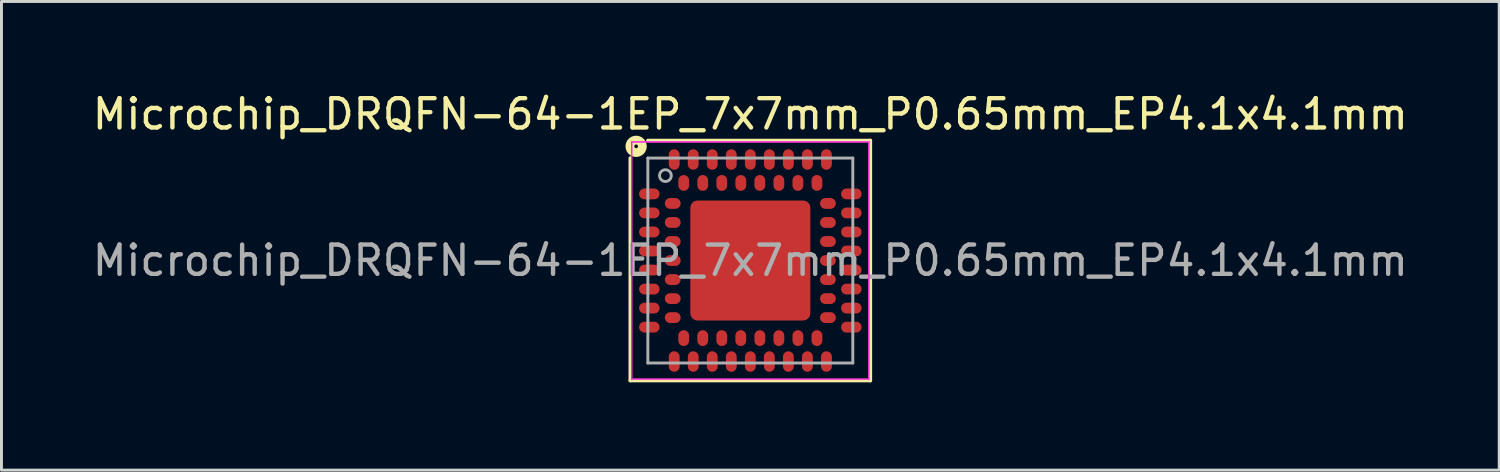
<source format=kicad_pcb>
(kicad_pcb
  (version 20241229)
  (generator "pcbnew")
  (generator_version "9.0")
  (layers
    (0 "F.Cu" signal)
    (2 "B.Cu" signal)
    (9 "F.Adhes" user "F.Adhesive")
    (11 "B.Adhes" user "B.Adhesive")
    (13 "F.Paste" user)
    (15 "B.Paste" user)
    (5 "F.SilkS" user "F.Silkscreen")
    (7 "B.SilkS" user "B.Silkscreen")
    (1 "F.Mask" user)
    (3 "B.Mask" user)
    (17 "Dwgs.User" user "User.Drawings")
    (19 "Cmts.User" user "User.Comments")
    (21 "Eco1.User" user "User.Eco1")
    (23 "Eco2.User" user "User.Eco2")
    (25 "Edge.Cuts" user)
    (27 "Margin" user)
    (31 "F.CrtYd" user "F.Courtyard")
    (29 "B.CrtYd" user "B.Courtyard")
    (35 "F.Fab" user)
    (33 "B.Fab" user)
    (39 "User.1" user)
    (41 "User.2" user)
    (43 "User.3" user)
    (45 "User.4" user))
  (footprint "Microchip_DRQFN-64-1EP_7x7mm_P0.65mm_EP4.1x4.1mm"
    (layer "F.Cu")
    (at 22.577 5.848)
    (property "Reference" "Microchip_DRQFN-64-1EP_7x7mm_P0.65mm_EP4.1x4.1mm" (at 0 -5 0) (layer "F.SilkS") (effects (font (size 1 1) (thickness 0.15))))
    (attr smd)
    (fp_line (start -4.1 4.1) (end -4.1 -3.5) (stroke (width 0.12) (type solid)) (layer "F.SilkS"))
    (fp_line (start -3.5 -4.1) (end 4.1 -4.1) (stroke (width 0.12) (type solid)) (layer "F.SilkS"))
    (fp_line (start 4.1 -4.1) (end 4.1 4.1) (stroke (width 0.12) (type solid)) (layer "F.SilkS"))
    (fp_line (start 4.1 4.1) (end -4.1 4.1) (stroke (width 0.12) (type solid)) (layer "F.SilkS"))
    (fp_circle (center -3.9 -3.9) (end -3.837 -3.9) (stroke (width 0.3) (type solid)) (fill no) (layer "F.SilkS"))
    (fp_line (start -4.05 -4.05) (end 4.05 -4.05) (stroke (width 0.05) (type solid)) (layer "F.CrtYd"))
    (fp_line (start -4.05 4.05) (end -4.05 -4.05) (stroke (width 0.05) (type solid)) (layer "F.CrtYd"))
    (fp_line (start 4.05 -4.05) (end 4.05 4.05) (stroke (width 0.05) (type solid)) (layer "F.CrtYd"))
    (fp_line (start 4.05 4.05) (end -4.05 4.05) (stroke (width 0.05) (type solid)) (layer "F.CrtYd"))
    (fp_line (start -3.5 -3.5) (end 3.5 -3.5) (stroke (width 0.1) (type solid)) (layer "F.Fab"))
    (fp_line (start -3.5 3.5) (end -3.5 -3.5) (stroke (width 0.1) (type solid)) (layer "F.Fab"))
    (fp_line (start 3.5 -3.5) (end 3.5 3.5) (stroke (width 0.1) (type solid)) (layer "F.Fab"))
    (fp_line (start 3.5 3.5) (end -3.5 3.5) (stroke (width 0.1) (type solid)) (layer "F.Fab"))
    (fp_circle (center -2.9 -2.9) (end -2.7 -2.9) (stroke (width 0.1) (type solid)) (fill no) (layer "F.Fab"))
    (fp_text user "${REFERENCE}" (at 0 0 0) (layer "F.Fab") (effects (font (size 1 1) (thickness 0.15))))
    (pad "" smd roundrect (at -1.3 -1.3) (size 1.15 1.15) (layers "F.Paste") (roundrect_rratio 0.1))
    (pad "" smd roundrect (at -1.3 0) (size 1.15 1.15) (layers "F.Paste") (roundrect_rratio 0.1))
    (pad "" smd roundrect (at -1.3 1.3) (size 1.15 1.15) (layers "F.Paste") (roundrect_rratio 0.1))
    (pad "" smd roundrect (at 0 -1.3) (size 1.15 1.15) (layers "F.Paste") (roundrect_rratio 0.1))
    (pad "" smd roundrect (at 0 0) (size 1.15 1.15) (layers "F.Paste") (roundrect_rratio 0.1))
    (pad "" smd roundrect (at 0 1.3) (size 1.15 1.15) (layers "F.Paste") (roundrect_rratio 0.1))
    (pad "" smd roundrect (at 1.3 -1.3) (size 1.15 1.15) (layers "F.Paste") (roundrect_rratio 0.1))
    (pad "" smd roundrect (at 1.3 0) (size 1.15 1.15) (layers "F.Paste") (roundrect_rratio 0.1))
    (pad "" smd roundrect (at 1.3 1.3) (size 1.15 1.15) (layers "F.Paste") (roundrect_rratio 0.1))
    (pad "A1" smd oval (at -3.45 -2.275) (size 0.7 0.37) (layers "F.Cu" "F.Mask" "F.Paste"))
    (pad "A2" smd oval (at -3.45 -1.625) (size 0.7 0.37) (layers "F.Cu" "F.Mask" "F.Paste"))
    (pad "A3" smd oval (at -3.45 -0.975) (size 0.7 0.37) (layers "F.Cu" "F.Mask" "F.Paste"))
    (pad "A4" smd oval (at -3.45 -0.325) (size 0.7 0.37) (layers "F.Cu" "F.Mask" "F.Paste"))
    (pad "A5" smd oval (at -3.45 0.325) (size 0.7 0.37) (layers "F.Cu" "F.Mask" "F.Paste"))
    (pad "A6" smd oval (at -3.45 0.975) (size 0.7 0.37) (layers "F.Cu" "F.Mask" "F.Paste"))
    (pad "A7" smd oval (at -3.45 1.625) (size 0.7 0.37) (layers "F.Cu" "F.Mask" "F.Paste"))
    (pad "A8" smd oval (at -3.45 2.275) (size 0.7 0.37) (layers "F.Cu" "F.Mask" "F.Paste"))
    (pad "A9" smd oval (at -2.6 3.45) (size 0.37 0.7) (layers "F.Cu" "F.Mask" "F.Paste"))
    (pad "A10" smd oval (at -1.95 3.45) (size 0.37 0.7) (layers "F.Cu" "F.Mask" "F.Paste"))
    (pad "A11" smd oval (at -1.3 3.45) (size 0.37 0.7) (layers "F.Cu" "F.Mask" "F.Paste"))
    (pad "A12" smd oval (at -0.65 3.45) (size 0.37 0.7) (layers "F.Cu" "F.Mask" "F.Paste"))
    (pad "A13" smd oval (at 0 3.45) (size 0.37 0.7) (layers "F.Cu" "F.Mask" "F.Paste"))
    (pad "A14" smd oval (at 0.65 3.45) (size 0.37 0.7) (layers "F.Cu" "F.Mask" "F.Paste"))
    (pad "A15" smd oval (at 1.3 3.45) (size 0.37 0.7) (layers "F.Cu" "F.Mask" "F.Paste"))
    (pad "A16" smd oval (at 1.95 3.45) (size 0.37 0.7) (layers "F.Cu" "F.Mask" "F.Paste"))
    (pad "A17" smd oval (at 2.6 3.45) (size 0.37 0.7) (layers "F.Cu" "F.Mask" "F.Paste"))
    (pad "A18" smd oval (at 3.45 2.275) (size 0.7 0.37) (layers "F.Cu" "F.Mask" "F.Paste"))
    (pad "A19" smd oval (at 3.45 1.625) (size 0.7 0.37) (layers "F.Cu" "F.Mask" "F.Paste"))
    (pad "A20" smd oval (at 3.45 0.975) (size 0.7 0.37) (layers "F.Cu" "F.Mask" "F.Paste"))
    (pad "A21" smd oval (at 3.45 0.325) (size 0.7 0.37) (layers "F.Cu" "F.Mask" "F.Paste"))
    (pad "A22" smd oval (at 3.45 -0.325) (size 0.7 0.37) (layers "F.Cu" "F.Mask" "F.Paste"))
    (pad "A23" smd oval (at 3.45 -0.975) (size 0.7 0.37) (layers "F.Cu" "F.Mask" "F.Paste"))
    (pad "A24" smd oval (at 3.45 -1.625) (size 0.7 0.37) (layers "F.Cu" "F.Mask" "F.Paste"))
    (pad "A25" smd oval (at 3.45 -2.275) (size 0.7 0.37) (layers "F.Cu" "F.Mask" "F.Paste"))
    (pad "A26" smd oval (at 2.6 -3.45) (size 0.37 0.7) (layers "F.Cu" "F.Mask" "F.Paste"))
    (pad "A27" smd oval (at 1.95 -3.45) (size 0.37 0.7) (layers "F.Cu" "F.Mask" "F.Paste"))
    (pad "A28" smd oval (at 1.3 -3.45) (size 0.37 0.7) (layers "F.Cu" "F.Mask" "F.Paste"))
    (pad "A29" smd oval (at 0.65 -3.45) (size 0.37 0.7) (layers "F.Cu" "F.Mask" "F.Paste"))
    (pad "A30" smd oval (at 0 -3.45) (size 0.37 0.7) (layers "F.Cu" "F.Mask" "F.Paste"))
    (pad "A31" smd oval (at -0.65 -3.45) (size 0.37 0.7) (layers "F.Cu" "F.Mask" "F.Paste"))
    (pad "A32" smd oval (at -1.3 -3.45) (size 0.37 0.7) (layers "F.Cu" "F.Mask" "F.Paste"))
    (pad "A33" smd oval (at -1.95 -3.45) (size 0.37 0.7) (layers "F.Cu" "F.Mask" "F.Paste"))
    (pad "A34" smd oval (at -2.6 -3.45) (size 0.37 0.7) (layers "F.Cu" "F.Mask" "F.Paste"))
    (pad "B1" smd oval (at -2.65 -1.95) (size 0.54 0.37) (layers "F.Cu" "F.Mask" "F.Paste"))
    (pad "B2" smd oval (at -2.65 -1.3) (size 0.54 0.37) (layers "F.Cu" "F.Mask" "F.Paste"))
    (pad "B3" smd oval (at -2.65 -0.65) (size 0.54 0.37) (layers "F.Cu" "F.Mask" "F.Paste"))
    (pad "B4" smd oval (at -2.65 0) (size 0.54 0.37) (layers "F.Cu" "F.Mask" "F.Paste"))
    (pad "B5" smd oval (at -2.65 0.65) (size 0.54 0.37) (layers "F.Cu" "F.Mask" "F.Paste"))
    (pad "B6" smd oval (at -2.65 1.3) (size 0.54 0.37) (layers "F.Cu" "F.Mask" "F.Paste"))
    (pad "B7" smd oval (at -2.65 1.95) (size 0.54 0.37) (layers "F.Cu" "F.Mask" "F.Paste"))
    (pad "B8" smd oval (at -2.275 2.65) (size 0.37 0.54) (layers "F.Cu" "F.Mask" "F.Paste"))
    (pad "B9" smd oval (at -1.625 2.65) (size 0.37 0.54) (layers "F.Cu" "F.Mask" "F.Paste"))
    (pad "B10" smd oval (at -0.975 2.65) (size 0.37 0.54) (layers "F.Cu" "F.Mask" "F.Paste"))
    (pad "B11" smd oval (at -0.325 2.65) (size 0.37 0.54) (layers "F.Cu" "F.Mask" "F.Paste"))
    (pad "B12" smd oval (at 0.325 2.65) (size 0.37 0.54) (layers "F.Cu" "F.Mask" "F.Paste"))
    (pad "B13" smd oval (at 0.975 2.65) (size 0.37 0.54) (layers "F.Cu" "F.Mask" "F.Paste"))
    (pad "B14" smd oval (at 1.625 2.65) (size 0.37 0.54) (layers "F.Cu" "F.Mask" "F.Paste"))
    (pad "B15" smd oval (at 2.275 2.65) (size 0.37 0.54) (layers "F.Cu" "F.Mask" "F.Paste"))
    (pad "B16" smd oval (at 2.65 1.95) (size 0.54 0.37) (layers "F.Cu" "F.Mask" "F.Paste"))
    (pad "B17" smd oval (at 2.65 1.3) (size 0.54 0.37) (layers "F.Cu" "F.Mask" "F.Paste"))
    (pad "B18" smd oval (at 2.65 0.65) (size 0.54 0.37) (layers "F.Cu" "F.Mask" "F.Paste"))
    (pad "B19" smd oval (at 2.65 0) (size 0.54 0.37) (layers "F.Cu" "F.Mask" "F.Paste"))
    (pad "B20" smd oval (at 2.65 -0.65) (size 0.54 0.37) (layers "F.Cu" "F.Mask" "F.Paste"))
    (pad "B21" smd oval (at 2.65 -1.3) (size 0.54 0.37) (layers "F.Cu" "F.Mask" "F.Paste"))
    (pad "B22" smd oval (at 2.65 -1.95) (size 0.54 0.37) (layers "F.Cu" "F.Mask" "F.Paste"))
    (pad "B23" smd oval (at 2.275 -2.65) (size 0.37 0.54) (layers "F.Cu" "F.Mask" "F.Paste"))
    (pad "B24" smd oval (at 1.625 -2.65) (size 0.37 0.54) (layers "F.Cu" "F.Mask" "F.Paste"))
    (pad "B25" smd oval (at 0.975 -2.65) (size 0.37 0.54) (layers "F.Cu" "F.Mask" "F.Paste"))
    (pad "B26" smd oval (at 0.325 -2.65) (size 0.37 0.54) (layers "F.Cu" "F.Mask" "F.Paste"))
    (pad "B27" smd oval (at -0.325 -2.65) (size 0.37 0.54) (layers "F.Cu" "F.Mask" "F.Paste"))
    (pad "B28" smd oval (at -0.975 -2.65) (size 0.37 0.54) (layers "F.Cu" "F.Mask" "F.Paste"))
    (pad "B29" smd oval (at -1.625 -2.65) (size 0.37 0.54) (layers "F.Cu" "F.Mask" "F.Paste"))
    (pad "B30" smd oval (at -2.275 -2.65) (size 0.37 0.54) (layers "F.Cu" "F.Mask" "F.Paste"))
    (pad "EP" smd roundrect (at 0 0) (size 4.1 4.1) (layers "F.Cu" "F.Mask") (roundrect_rratio 0.06)))
  (gr_rect
    (start -3 -3)
    (end 48.155 13.008)
    (stroke (width 0.1) (type default))
    (fill no)
    (layer "Edge.Cuts")))
</source>
